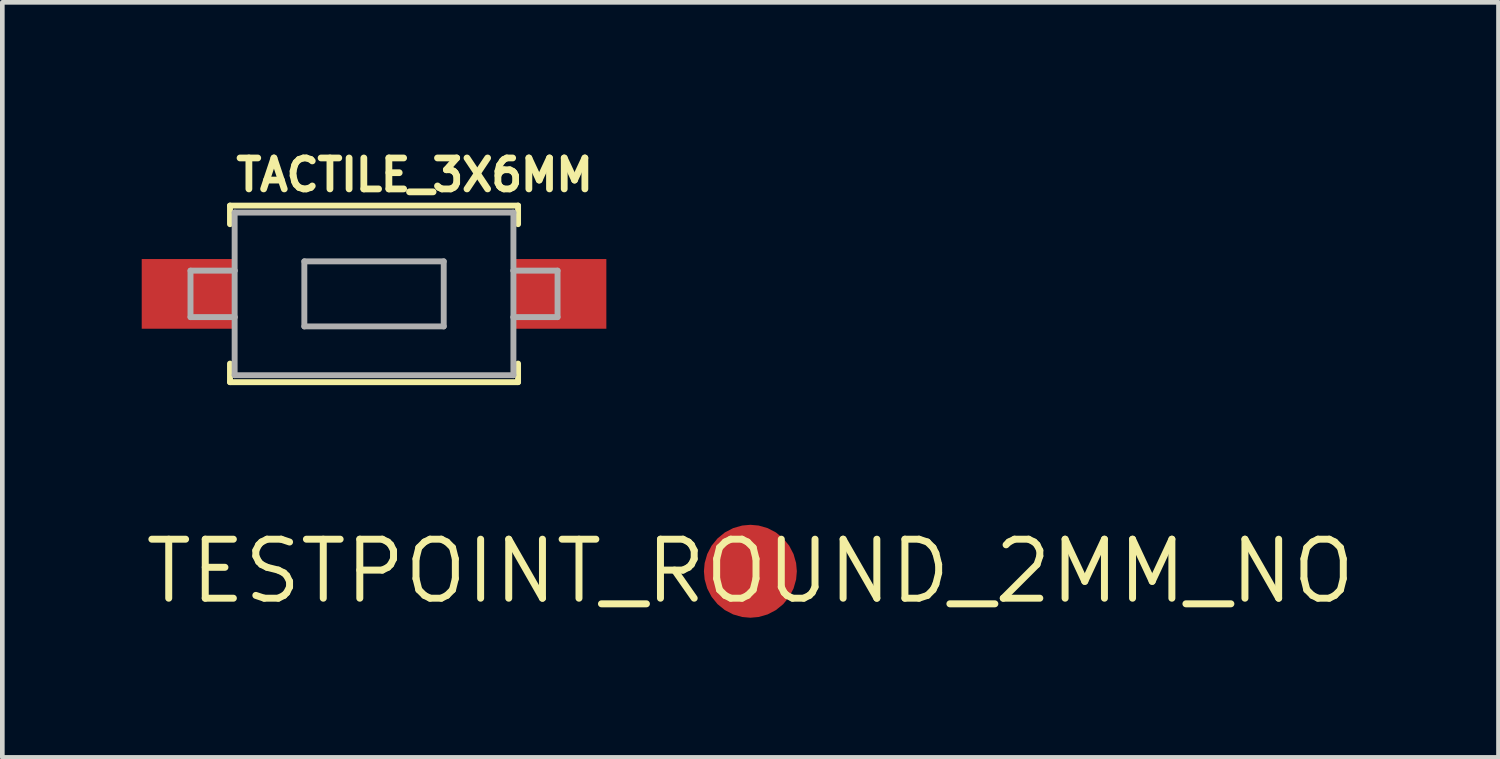
<source format=kicad_pcb>
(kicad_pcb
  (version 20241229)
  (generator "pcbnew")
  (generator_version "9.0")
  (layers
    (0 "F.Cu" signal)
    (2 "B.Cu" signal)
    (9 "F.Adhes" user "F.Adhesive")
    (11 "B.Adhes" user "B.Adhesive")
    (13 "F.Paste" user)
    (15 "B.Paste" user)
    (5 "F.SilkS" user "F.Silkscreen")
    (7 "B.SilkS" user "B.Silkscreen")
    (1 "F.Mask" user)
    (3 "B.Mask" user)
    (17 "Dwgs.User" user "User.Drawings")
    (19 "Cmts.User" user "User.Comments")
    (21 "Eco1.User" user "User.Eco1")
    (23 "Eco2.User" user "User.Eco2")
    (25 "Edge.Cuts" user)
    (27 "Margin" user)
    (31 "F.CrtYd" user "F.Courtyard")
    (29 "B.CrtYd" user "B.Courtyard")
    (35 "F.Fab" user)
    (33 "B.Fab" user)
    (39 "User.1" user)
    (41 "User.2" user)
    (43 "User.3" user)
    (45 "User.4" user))
  (footprint "TACTILE_3X6MM"
    (layer "F.Cu")
    (at 5 3.275)
    (property "Reference" "TACTILE_3X6MM" (at -3.043 -2.17 0) (layer "F.SilkS") (effects (font (size 0.666 0.666) (thickness 0.146)) (justify left bottom)))
    (fp_line (start -3.1 -1.9) (end 3.1 -1.9) (stroke (width 0.127) (type solid)) (layer "F.SilkS"))
    (fp_line (start -3.1 -1.5) (end -3.1 -1.9) (stroke (width 0.127) (type solid)) (layer "F.SilkS"))
    (fp_line (start -3.1 1.5) (end -3.1 1.9) (stroke (width 0.127) (type solid)) (layer "F.SilkS"))
    (fp_line (start -3.1 1.9) (end 3.1 1.9) (stroke (width 0.127) (type solid)) (layer "F.SilkS"))
    (fp_line (start 3.1 -1.9) (end 3.1 -1.5) (stroke (width 0.127) (type solid)) (layer "F.SilkS"))
    (fp_line (start 3.1 1.9) (end 3.1 1.5) (stroke (width 0.127) (type solid)) (layer "F.SilkS"))
    (fp_line (start -3.95 -0.5) (end -3 -0.5) (stroke (width 0.127) (type solid)) (layer "F.Fab"))
    (fp_line (start -3.95 0.5) (end -3.95 -0.5) (stroke (width 0.127) (type solid)) (layer "F.Fab"))
    (fp_line (start -3 -1.75) (end 3 -1.75) (stroke (width 0.127) (type solid)) (layer "F.Fab"))
    (fp_line (start -3 -0.5) (end -3 -1.75) (stroke (width 0.127) (type solid)) (layer "F.Fab"))
    (fp_line (start -3 -0.5) (end -3 0.5) (stroke (width 0.127) (type solid)) (layer "F.Fab"))
    (fp_line (start -3 0.5) (end -3.95 0.5) (stroke (width 0.127) (type solid)) (layer "F.Fab"))
    (fp_line (start -3 1.75) (end -3 0.5) (stroke (width 0.127) (type solid)) (layer "F.Fab"))
    (fp_line (start -1.5 -0.7) (end 1.5 -0.7) (stroke (width 0.127) (type solid)) (layer "F.Fab"))
    (fp_line (start -1.5 0.7) (end -1.5 -0.7) (stroke (width 0.127) (type solid)) (layer "F.Fab"))
    (fp_line (start 1.5 -0.7) (end 1.5 0.7) (stroke (width 0.127) (type solid)) (layer "F.Fab"))
    (fp_line (start 1.5 0.7) (end -1.5 0.7) (stroke (width 0.127) (type solid)) (layer "F.Fab"))
    (fp_line (start 3 -1.75) (end 3 -0.5) (stroke (width 0.127) (type solid)) (layer "F.Fab"))
    (fp_line (start 3 -0.5) (end 3 0.5) (stroke (width 0.127) (type solid)) (layer "F.Fab"))
    (fp_line (start 3 0.5) (end 3 1.75) (stroke (width 0.127) (type solid)) (layer "F.Fab"))
    (fp_line (start 3 0.5) (end 3.95 0.5) (stroke (width 0.127) (type solid)) (layer "F.Fab"))
    (fp_line (start 3 1.75) (end -3 1.75) (stroke (width 0.127) (type solid)) (layer "F.Fab"))
    (fp_line (start 3.95 -0.5) (end 3 -0.5) (stroke (width 0.127) (type solid)) (layer "F.Fab"))
    (fp_line (start 3.95 0.5) (end 3.95 -0.5) (stroke (width 0.127) (type solid)) (layer "F.Fab"))
    (pad "P$1" smd rect (at -4 0) (size 2 1.5) (layers "F.Cu" "F.Mask" "F.Paste"))
    (pad "P$2" smd rect (at 4 0) (size 2 1.5) (layers "F.Cu" "F.Mask" "F.Paste")))
  (footprint "TESTPOINT_ROUND_2MM_NO"
    (layer "F.Cu")
    (at 13.1 9.245)
    (property "Reference" "TESTPOINT_ROUND_2MM_NO" (at 0 0 0) (layer "F.SilkS") (effects (font (size 1.27 1.27) (thickness 0.15))))
    (pad "P$1" smd roundrect (at 0 0) (size 2 2) (layers "F.Cu" "F.Mask") (roundrect_rratio 0.5)))
  (gr_rect
    (start -3 -3)
    (end 29.201 13.251)
    (stroke (width 0.1) (type default))
    (fill no)
    (layer "Edge.Cuts")))
</source>
